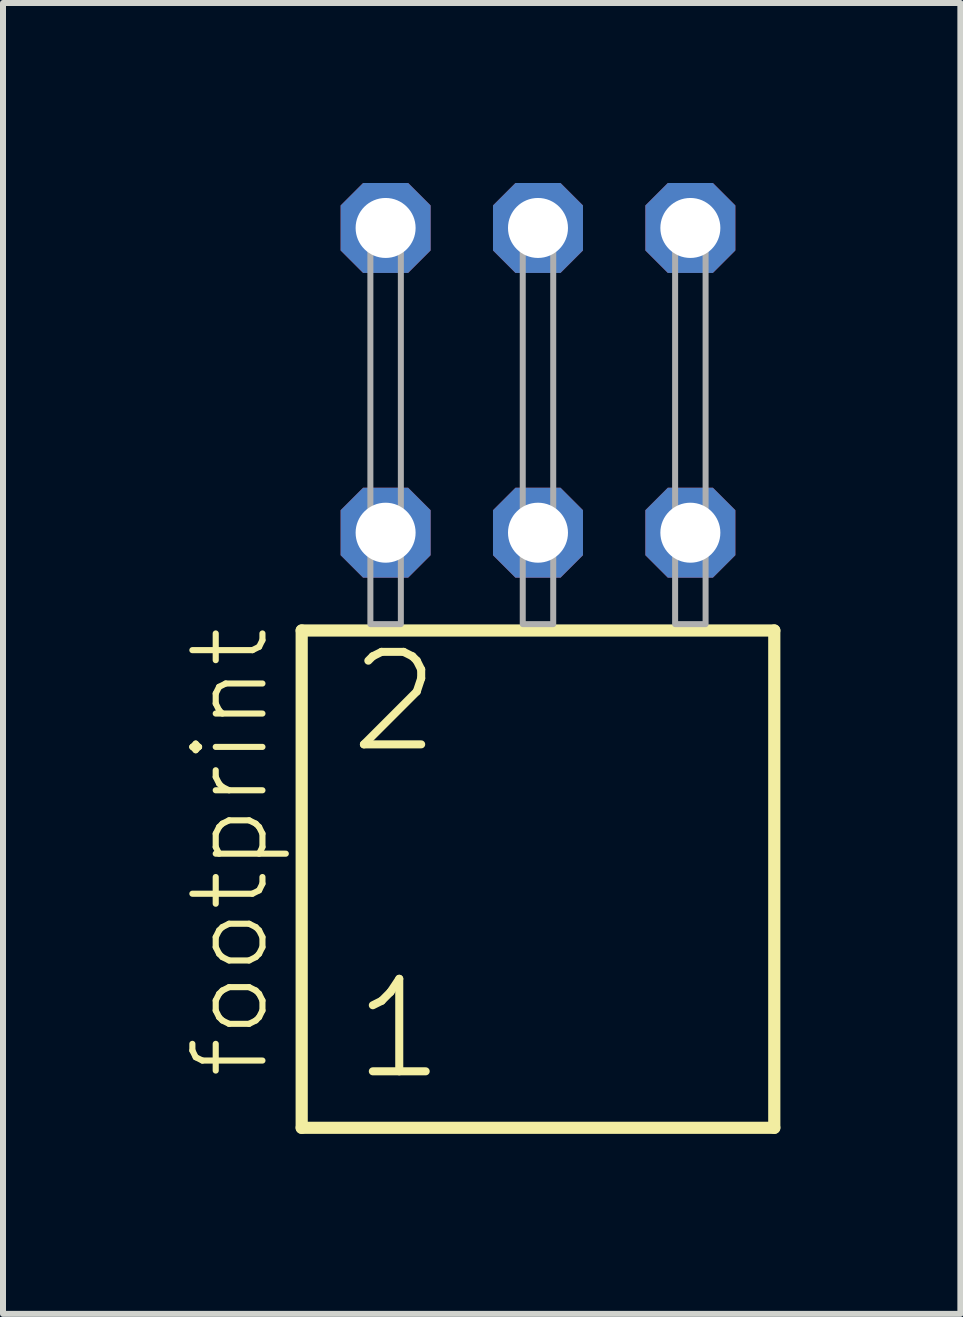
<source format=kicad_pcb>
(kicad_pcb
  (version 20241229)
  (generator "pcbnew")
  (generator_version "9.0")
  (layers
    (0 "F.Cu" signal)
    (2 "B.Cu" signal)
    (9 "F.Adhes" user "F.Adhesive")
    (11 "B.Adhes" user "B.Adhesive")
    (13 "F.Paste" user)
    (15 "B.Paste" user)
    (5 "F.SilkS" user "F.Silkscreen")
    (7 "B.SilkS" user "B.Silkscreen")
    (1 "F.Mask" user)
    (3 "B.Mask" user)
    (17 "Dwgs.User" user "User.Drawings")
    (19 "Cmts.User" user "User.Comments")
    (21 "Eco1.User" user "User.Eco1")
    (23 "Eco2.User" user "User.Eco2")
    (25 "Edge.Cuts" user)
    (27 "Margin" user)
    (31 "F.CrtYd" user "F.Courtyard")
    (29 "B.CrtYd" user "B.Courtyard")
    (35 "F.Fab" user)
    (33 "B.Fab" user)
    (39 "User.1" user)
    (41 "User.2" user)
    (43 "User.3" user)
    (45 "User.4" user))
  (footprint "footprint"
    (layer "F.Cu")
    (at 5.918 7.354)
    (property "Reference" "footprint" (at -4.445 7.62 90) (layer "F.SilkS") (effects (font (size 1.168 1.168) (thickness 0.102)) (justify left bottom)))
    (fp_line (start -3.939 0.106) (end -3.939 8.396) (stroke (width 0.203) (type solid)) (layer "F.SilkS"))
    (fp_line (start -3.939 8.396) (end 3.939 8.396) (stroke (width 0.203) (type solid)) (layer "F.SilkS"))
    (fp_line (start 3.939 0.106) (end -3.939 0.106) (stroke (width 0.203) (type solid)) (layer "F.SilkS"))
    (fp_line (start 3.939 8.396) (end 3.939 0.106) (stroke (width 0.203) (type solid)) (layer "F.SilkS"))
    (fp_poly (pts (xy -2.794 0) (xy -2.286 0) (xy -2.286 -6.858) (xy -2.794 -6.858)) (stroke (width 0.1) (type solid)) (fill no) (layer "F.Fab"))
    (fp_poly (pts (xy -0.254 0) (xy 0.254 0) (xy 0.254 -6.858) (xy -0.254 -6.858)) (stroke (width 0.1) (type solid)) (fill no) (layer "F.Fab"))
    (fp_poly (pts (xy 2.286 0) (xy 2.794 0) (xy 2.794 -6.858) (xy 2.286 -6.858)) (stroke (width 0.1) (type solid)) (fill no) (layer "F.Fab"))
    (fp_text user "1" (at -3.135 7.65 0) (layer "F.SilkS") (effects (font (size 1.542 1.542) (thickness 0.134)) (justify left bottom)))
    (fp_text user "2" (at -3.21 2.2 0) (layer "F.SilkS") (effects (font (size 1.542 1.542) (thickness 0.134)) (justify left bottom)))
    (pad "1" thru_hole roundrect (at -2.54 -1.524) (size 1.5 1.5) (drill 1) (layers "*.Cu" "*.Mask") (roundrect_rratio 0.25) (chamfer_ratio 0.25) (chamfer top_left top_right bottom_left bottom_right))
    (pad "2" thru_hole roundrect (at -2.54 -6.604) (size 1.5 1.5) (drill 1) (layers "*.Cu" "*.Mask") (roundrect_rratio 0.25) (chamfer_ratio 0.25) (chamfer top_left top_right bottom_left bottom_right))
    (pad "3" thru_hole roundrect (at 0 -1.524) (size 1.5 1.5) (drill 1) (layers "*.Cu" "*.Mask") (roundrect_rratio 0.25) (chamfer_ratio 0.25) (chamfer top_left top_right bottom_left bottom_right))
    (pad "4" thru_hole roundrect (at 0 -6.604) (size 1.5 1.5) (drill 1) (layers "*.Cu" "*.Mask") (roundrect_rratio 0.25) (chamfer_ratio 0.25) (chamfer top_left top_right bottom_left bottom_right))
    (pad "5" thru_hole roundrect (at 2.54 -1.524) (size 1.5 1.5) (drill 1) (layers "*.Cu" "*.Mask") (roundrect_rratio 0.25) (chamfer_ratio 0.25) (chamfer top_left top_right bottom_left bottom_right))
    (pad "6" thru_hole roundrect (at 2.54 -6.604) (size 1.5 1.5) (drill 1) (layers "*.Cu" "*.Mask") (roundrect_rratio 0.25) (chamfer_ratio 0.25) (chamfer top_left top_right bottom_left bottom_right)))
  (gr_rect
    (start -3 -3)
    (end 12.959 18.852)
    (stroke (width 0.1) (type default))
    (fill no)
    (layer "Edge.Cuts")))
</source>
